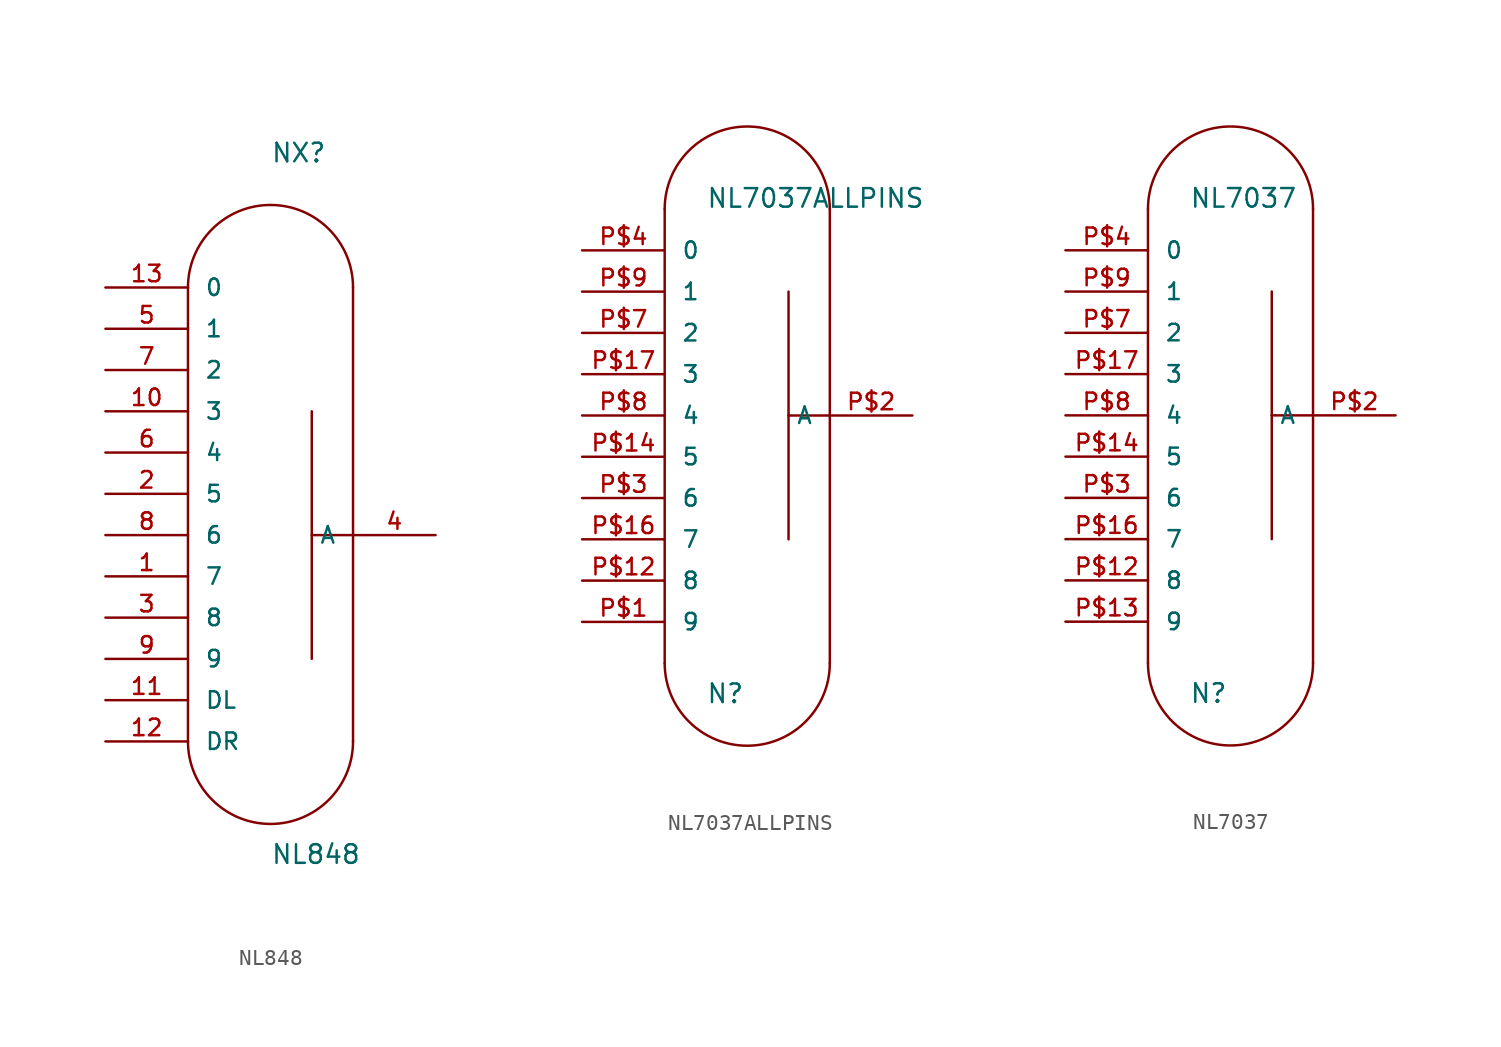
<source format=kicad_sym>
(kicad_symbol_lib
  (version 20241209)
  (generator "kicad_symbol_editor")
  (generator_version "9.0")
  (symbol "NL848"
    (pin_names
      (offset 1.016))
    (property "Reference" "NX"
      (at 0 22.86 0)
      (effects (font (size 1.143 1.143)) (justify left bottom)))
    (property "Value" "NL848"
      (at 0 -20.32 0)
      (effects (font (size 1.143 1.143)) (justify left bottom)))
    (property "ki_locked" ""
      (at 0 0 0)
      (effects (font (size 1.27 1.27))))
    (symbol "NL848_1_0"
      (polyline (pts (xy -5.08 15.24) (xy -5.08 -12.7)) (stroke (width 0) (type default)) (fill (type none)))
      (polyline (pts (xy 2.54 -7.62) (xy 2.54 7.62)) (stroke (width 0) (type default)) (fill (type none)))
      (polyline (pts (xy 5.08 15.24) (xy 5.08 -12.7)) (stroke (width 0) (type default)) (fill (type none)))
      (polyline (pts (xy 5.08 0) (xy 2.54 0)) (stroke (width 0) (type default)) (fill (type none))))
    (symbol "NL848_1_1"
      (arc (start -5.08 15.24) (mid 0 20.2978) (end 5.08 15.24) (stroke (width 0) (type default)) (fill (type none)))
      (arc (start 5.08 -12.7) (mid 0 -17.7578) (end -5.08 -12.7) (stroke (width 0) (type default)) (fill (type none)))
      (pin passive line (at -10.16 15.24 0) (length 5.08) (name "0" (effects (font (size 1.016 1.016)))) (number "13" (effects (font (size 1.016 1.016)))))
      (pin passive line (at -10.16 12.7 0) (length 5.08) (name "1" (effects (font (size 1.016 1.016)))) (number "5" (effects (font (size 1.016 1.016)))))
      (pin passive line (at -10.16 10.16 0) (length 5.08) (name "2" (effects (font (size 1.016 1.016)))) (number "7" (effects (font (size 1.016 1.016)))))
      (pin passive line (at -10.16 7.62 0) (length 5.08) (name "3" (effects (font (size 1.016 1.016)))) (number "10" (effects (font (size 1.016 1.016)))))
      (pin passive line (at -10.16 5.08 0) (length 5.08) (name "4" (effects (font (size 1.016 1.016)))) (number "6" (effects (font (size 1.016 1.016)))))
      (pin passive line (at -10.16 2.54 0) (length 5.08) (name "5" (effects (font (size 1.016 1.016)))) (number "2" (effects (font (size 1.016 1.016)))))
      (pin passive line (at -10.16 0 0) (length 5.08) (name "6" (effects (font (size 1.016 1.016)))) (number "8" (effects (font (size 1.016 1.016)))))
      (pin passive line (at -10.16 -2.54 0) (length 5.08) (name "7" (effects (font (size 1.016 1.016)))) (number "1" (effects (font (size 1.016 1.016)))))
      (pin passive line (at -10.16 -5.08 0) (length 5.08) (name "8" (effects (font (size 1.016 1.016)))) (number "3" (effects (font (size 1.016 1.016)))))
      (pin passive line (at -10.16 -7.62 0) (length 5.08) (name "9" (effects (font (size 1.016 1.016)))) (number "9" (effects (font (size 1.016 1.016)))))
      (pin passive line (at -10.16 -10.16 0) (length 5.08) (name "DL" (effects (font (size 1.016 1.016)))) (number "11" (effects (font (size 1.016 1.016)))))
      (pin passive line (at -10.16 -12.7 0) (length 5.08) (name "DR" (effects (font (size 1.016 1.016)))) (number "12" (effects (font (size 1.016 1.016)))))
      (pin passive line (at 10.16 0 180) (length 5.08) (name "A" (effects (font (size 1.016 1.016)))) (number "4" (effects (font (size 1.016 1.016)))))))
  (symbol "NL7037ALLPINS"
    (pin_names
      (offset 1.016))
    (property "Reference" "N"
      (at -2.54 -15.24 0)
      (effects (font (size 1.143 1.143)) (justify left bottom)))
    (property "Value" "NL7037ALLPINS"
      (at -2.54 15.24 0)
      (effects (font (size 1.143 1.143)) (justify left bottom)))
    (property "ki_locked" ""
      (at 0 0 0)
      (effects (font (size 1.27 1.27))))
    (symbol "NL7037ALLPINS_1_0"
      (polyline (pts (xy -5.08 15.24) (xy -5.08 -12.7)) (stroke (width 0) (type default)) (fill (type none)))
      (polyline (pts (xy 2.54 2.54) (xy 2.54 10.16)) (stroke (width 0) (type default)) (fill (type none)))
      (polyline (pts (xy 2.54 -5.08) (xy 2.54 2.54)) (stroke (width 0) (type default)) (fill (type none)))
      (polyline (pts (xy 5.08 15.24) (xy 5.08 2.54)) (stroke (width 0) (type default)) (fill (type none)))
      (polyline (pts (xy 5.08 2.54) (xy 2.54 2.54)) (stroke (width 0) (type default)) (fill (type none)))
      (polyline (pts (xy 5.08 2.54) (xy 5.08 -12.7)) (stroke (width 0) (type default)) (fill (type none))))
    (symbol "NL7037ALLPINS_1_1"
      (arc (start -5.08 15.24) (mid 0 20.2978) (end 5.08 15.24) (stroke (width 0) (type default)) (fill (type none)))
      (arc (start 5.08 -12.7) (mid 0 -17.7578) (end -5.08 -12.7) (stroke (width 0) (type default)) (fill (type none)))
      (pin passive line (at -10.16 12.7 0) (length 5.08) (name "0" (effects (font (size 1.016 1.016)))) (number "P$4" (effects (font (size 1.016 1.016)))))
      (pin passive line (at -10.16 10.16 0) (length 5.08) (name "1" (effects (font (size 1.016 1.016)))) (number "P$9" (effects (font (size 1.016 1.016)))))
      (pin passive line (at -10.16 7.62 0) (length 5.08) (name "2" (effects (font (size 1.016 1.016)))) (number "P$7" (effects (font (size 1.016 1.016)))))
      (pin passive line (at -10.16 5.08 0) (length 5.08) (name "3" (effects (font (size 1.016 1.016)))) (number "P$17" (effects (font (size 1.016 1.016)))))
      (pin passive line (at -10.16 2.54 0) (length 5.08) (name "4" (effects (font (size 1.016 1.016)))) (number "P$8" (effects (font (size 1.016 1.016)))))
      (pin passive line (at -10.16 0 0) (length 5.08) (name "5" (effects (font (size 1.016 1.016)))) (number "P$14" (effects (font (size 1.016 1.016)))))
      (pin passive line (at -10.16 -2.54 0) (length 5.08) (name "6" (effects (font (size 1.016 1.016)))) (number "P$3" (effects (font (size 1.016 1.016)))))
      (pin passive line (at -10.16 -5.08 0) (length 5.08) (name "7" (effects (font (size 1.016 1.016)))) (number "P$16" (effects (font (size 1.016 1.016)))))
      (pin passive line (at -10.16 -7.62 0) (length 5.08) (name "8" (effects (font (size 1.016 1.016)))) (number "P$12" (effects (font (size 1.016 1.016)))))
      (pin passive line (at -10.16 -10.16 0) (length 5.08) (name "9" (effects (font (size 1.016 1.016)))) (number "P$1" (effects (font (size 1.016 1.016)))))
      (pin passive line (at 10.16 2.54 180) (length 5.08) (name "A" (effects (font (size 1.016 1.016)))) (number "P$2" (effects (font (size 1.016 1.016)))))))
  (symbol "NL7037"
    (pin_names
      (offset 1.016))
    (property "Reference" "N"
      (at -2.54 -15.24 0)
      (effects (font (size 1.143 1.143)) (justify left bottom)))
    (property "Value" "NL7037"
      (at -2.54 15.24 0)
      (effects (font (size 1.143 1.143)) (justify left bottom)))
    (property "ki_locked" ""
      (at 0 0 0)
      (effects (font (size 1.27 1.27))))
    (symbol "NL7037_1_0"
      (polyline (pts (xy -5.08 15.24) (xy -5.08 -12.7)) (stroke (width 0) (type default)) (fill (type none)))
      (polyline (pts (xy 2.54 2.54) (xy 2.54 10.16)) (stroke (width 0) (type default)) (fill (type none)))
      (polyline (pts (xy 2.54 -5.08) (xy 2.54 2.54)) (stroke (width 0) (type default)) (fill (type none)))
      (polyline (pts (xy 5.08 15.24) (xy 5.08 2.54)) (stroke (width 0) (type default)) (fill (type none)))
      (polyline (pts (xy 5.08 2.54) (xy 2.54 2.54)) (stroke (width 0) (type default)) (fill (type none)))
      (polyline (pts (xy 5.08 2.54) (xy 5.08 -12.7)) (stroke (width 0) (type default)) (fill (type none))))
    (symbol "NL7037_1_1"
      (arc (start -5.08 15.24) (mid 0 20.2978) (end 5.08 15.24) (stroke (width 0) (type default)) (fill (type none)))
      (arc (start 5.08 -12.7) (mid 0 -17.7578) (end -5.08 -12.7) (stroke (width 0) (type default)) (fill (type none)))
      (pin passive line (at -10.16 12.7 0) (length 5.08) (name "0" (effects (font (size 1.016 1.016)))) (number "P$4" (effects (font (size 1.016 1.016)))))
      (pin passive line (at -10.16 10.16 0) (length 5.08) (name "1" (effects (font (size 1.016 1.016)))) (number "P$9" (effects (font (size 1.016 1.016)))))
      (pin passive line (at -10.16 7.62 0) (length 5.08) (name "2" (effects (font (size 1.016 1.016)))) (number "P$7" (effects (font (size 1.016 1.016)))))
      (pin passive line (at -10.16 5.08 0) (length 5.08) (name "3" (effects (font (size 1.016 1.016)))) (number "P$17" (effects (font (size 1.016 1.016)))))
      (pin passive line (at -10.16 2.54 0) (length 5.08) (name "4" (effects (font (size 1.016 1.016)))) (number "P$8" (effects (font (size 1.016 1.016)))))
      (pin passive line (at -10.16 0 0) (length 5.08) (name "5" (effects (font (size 1.016 1.016)))) (number "P$14" (effects (font (size 1.016 1.016)))))
      (pin passive line (at -10.16 -2.54 0) (length 5.08) (name "6" (effects (font (size 1.016 1.016)))) (number "P$3" (effects (font (size 1.016 1.016)))))
      (pin passive line (at -10.16 -5.08 0) (length 5.08) (name "7" (effects (font (size 1.016 1.016)))) (number "P$16" (effects (font (size 1.016 1.016)))))
      (pin passive line (at -10.16 -7.62 0) (length 5.08) (name "8" (effects (font (size 1.016 1.016)))) (number "P$12" (effects (font (size 1.016 1.016)))))
      (pin passive line (at -10.16 -10.16 0) (length 5.08) (name "9" (effects (font (size 1.016 1.016)))) (number "P$13" (effects (font (size 1.016 1.016)))))
      (pin passive line (at 10.16 2.54 180) (length 5.08) (name "A" (effects (font (size 1.016 1.016)))) (number "P$2" (effects (font (size 1.016 1.016))))))))
</source>
